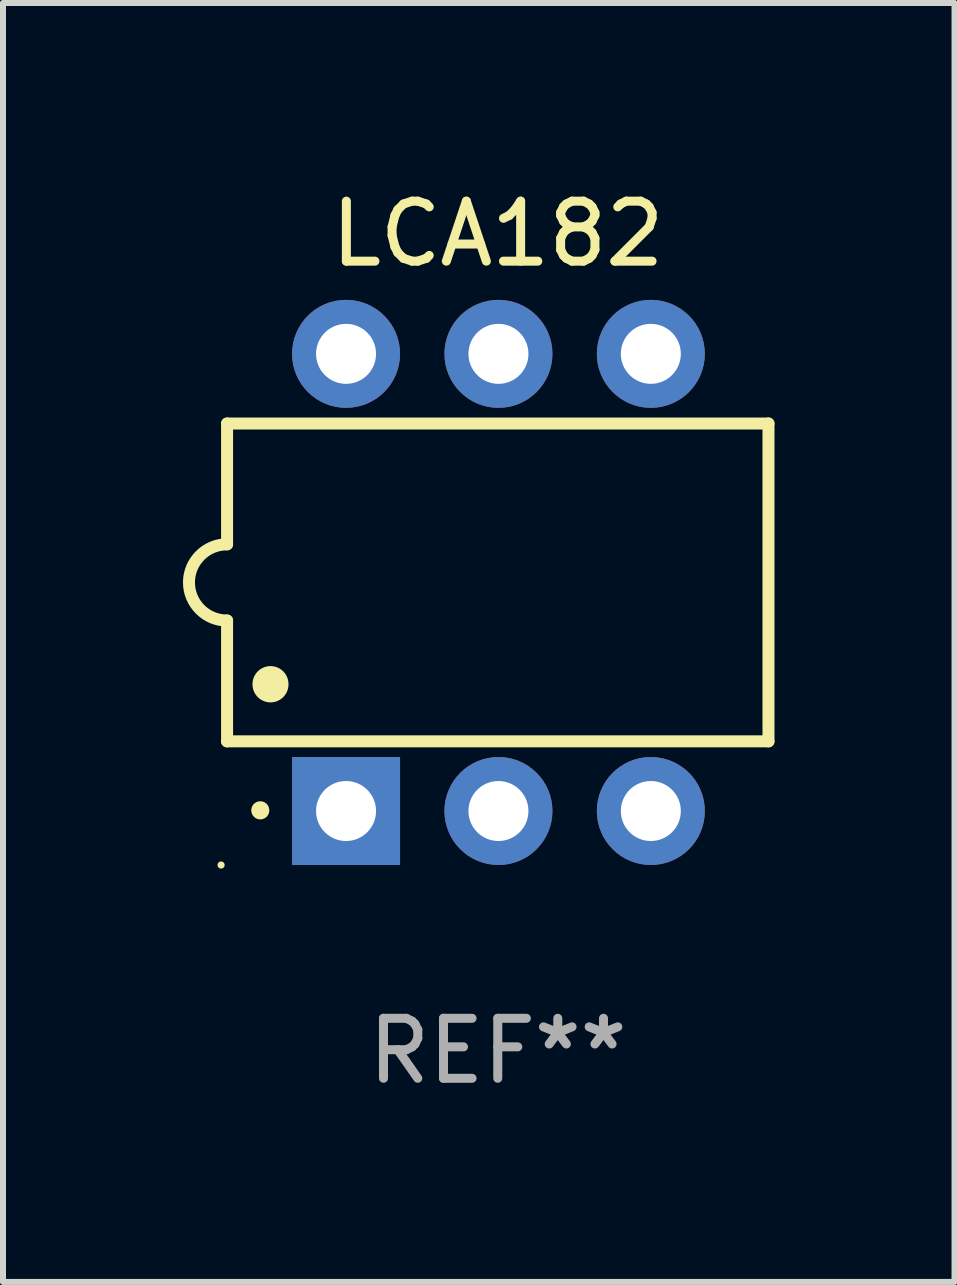
<source format=kicad_pcb>
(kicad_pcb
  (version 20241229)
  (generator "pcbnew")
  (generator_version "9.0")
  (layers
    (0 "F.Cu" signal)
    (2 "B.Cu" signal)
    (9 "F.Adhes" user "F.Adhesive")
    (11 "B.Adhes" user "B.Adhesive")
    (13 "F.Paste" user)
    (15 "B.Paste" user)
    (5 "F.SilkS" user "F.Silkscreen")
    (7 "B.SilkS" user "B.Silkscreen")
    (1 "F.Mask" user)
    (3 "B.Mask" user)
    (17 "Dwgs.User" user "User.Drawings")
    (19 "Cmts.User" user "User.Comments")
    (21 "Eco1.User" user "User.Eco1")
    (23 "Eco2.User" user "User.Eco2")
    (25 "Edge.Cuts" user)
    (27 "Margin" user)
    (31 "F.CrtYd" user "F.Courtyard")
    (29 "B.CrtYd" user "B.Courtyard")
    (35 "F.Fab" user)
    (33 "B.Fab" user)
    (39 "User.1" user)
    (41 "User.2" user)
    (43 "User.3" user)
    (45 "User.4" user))
  (footprint "LCA182"
    (layer "F.Cu")
    (at 5.247 6.658)
    (property "Reference" "LCA182" (at 0 -5.81 0) (layer "F.SilkS") (effects (font (size 1 1) (thickness 0.15))))
    (attr through_hole)
    (fp_line (start -4.512 -2.649) (end 4.512 -2.649) (stroke (width 0.2) (type solid)) (layer "F.SilkS"))
    (fp_line (start -4.512 -0.635) (end -4.512 -2.649) (stroke (width 0.2) (type solid)) (layer "F.SilkS"))
    (fp_line (start -4.512 2.649) (end -4.512 0.635) (stroke (width 0.2) (type solid)) (layer "F.SilkS"))
    (fp_line (start 4.512 -2.649) (end 4.512 2.649) (stroke (width 0.2) (type solid)) (layer "F.SilkS"))
    (fp_line (start 4.512 2.649) (end -4.512 2.649) (stroke (width 0.2) (type solid)) (layer "F.SilkS"))
    (fp_arc (start -4.512319 0.635001) (mid -5.14732 0) (end -4.512319 -0.635001) (stroke (width 0.2) (type solid)) (layer "F.SilkS"))
    (fp_arc (start -3.958598 3.799848) (mid -3.958603 3.798578) (end -3.958598 3.797308) (stroke (width 0.3) (type solid)) (layer "F.SilkS"))
    (fp_arc (start -3.788418 1.699263) (mid -3.788429 1.696723) (end -3.788418 1.694183) (stroke (width 0.6) (type solid)) (layer "F.SilkS"))
    (fp_circle (center -4.612 4.71) (end -4.582 4.71) (stroke (width 0.06) (type solid)) (fill no) (layer "F.SilkS"))
    (fp_text user "REF**" (at 0 7.81 0) (layer "F.Fab") (effects (font (size 1 1) (thickness 0.15))))
    (pad "1" thru_hole rect (at -2.529 3.81 90) (size 1.8 1.8) (drill 1) (layers "*.Cu" "*.Mask"))
    (pad "2" thru_hole circle (at 0.011 3.81) (size 1.8 1.8) (drill 1) (layers "*.Cu" "*.Mask"))
    (pad "3" thru_hole circle (at 2.551 3.81) (size 1.8 1.8) (drill 1) (layers "*.Cu" "*.Mask"))
    (pad "4" thru_hole circle (at 2.551 -3.81) (size 1.8 1.8) (drill 1) (layers "*.Cu" "*.Mask"))
    (pad "5" thru_hole circle (at 0.011 -3.81) (size 1.8 1.8) (drill 1) (layers "*.Cu" "*.Mask"))
    (pad "6" thru_hole circle (at -2.529 -3.81) (size 1.8 1.8) (drill 1) (layers "*.Cu" "*.Mask")))
  (gr_rect
    (start -3 -3)
    (end 12.86 18.317)
    (stroke (width 0.1) (type default))
    (fill no)
    (layer "Edge.Cuts")))
</source>
